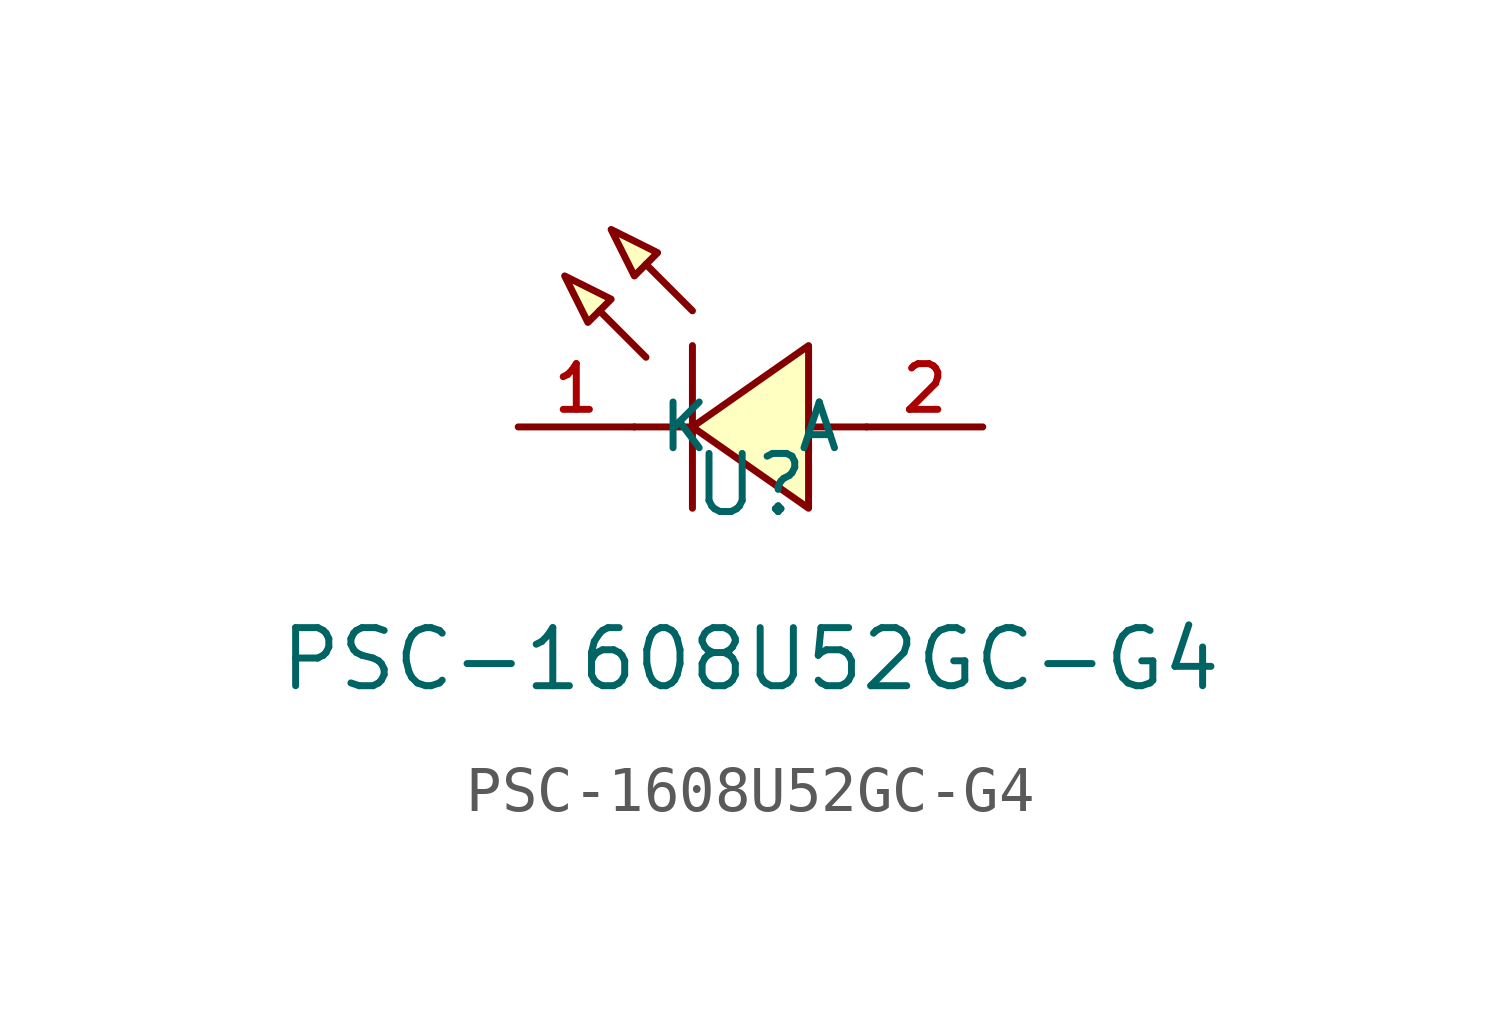
<source format=kicad_sym>
(kicad_symbol_lib
  (version 20210201)
  (generator TousstNicolas/JLC2KiCad_lib)
  (symbol "PSC-1608U52GC-G4"
    (property "Reference" "U"
      (at 0 1.27 0)
      (effects (font (size 1.27 1.27))))
    (property "Value" "PSC-1608U52GC-G4"
      (at 0 -2.54 0)
      (effects (font (size 1.27 1.27))))
    (symbol "PSC-1608U52GC-G4_0_1"
      (polyline (pts (xy -4.064 5.842) (xy -3.048 5.334) (xy -3.556 4.826) (xy -4.064 5.842)) (stroke (width 0) (type default) (color 0 0 0 0)) (fill (type background)))
      (polyline (pts (xy -3.048 6.858) (xy -2.032 6.35) (xy -2.54 5.842) (xy -3.048 6.858)) (stroke (width 0) (type default) (color 0 0 0 0)) (fill (type background)))
      (polyline (pts (xy -2.286 4.064) (xy -3.302 5.08)) (stroke (width 0) (type default) (color 0 0 0 0)) (fill (type none)))
      (polyline (pts (xy -1.27 5.08) (xy -2.286 6.096)) (stroke (width 0) (type default) (color 0 0 0 0)) (fill (type none)))
      (polyline (pts (xy -1.27 2.54) (xy -2.54 2.54)) (stroke (width 0) (type default) (color 0 0 0 0)) (fill (type none)))
      (polyline (pts (xy 2.54 2.54) (xy 1.27 2.54)) (stroke (width 0) (type default) (color 0 0 0 0)) (fill (type none)))
      (polyline (pts (xy -1.27 4.318) (xy -1.27 0.762)) (stroke (width 0) (type default) (color 0 0 0 0)) (fill (type none)))
      (polyline (pts (xy 1.27 4.318) (xy -1.27 2.54) (xy 1.27 0.762) (xy 1.27 4.318)) (stroke (width 0) (type default) (color 0 0 0 0)) (fill (type background)))
      (pin unspecified line (at -5.08 2.54 0) (length 2.54) (name "K" (effects (font (size 1 1)))) (number "1" (effects (font (size 1 1)))))
      (pin unspecified line (at 5.08 2.54 180) (length 2.54) (name "A" (effects (font (size 1 1)))) (number "2" (effects (font (size 1 1))))))))
</source>
